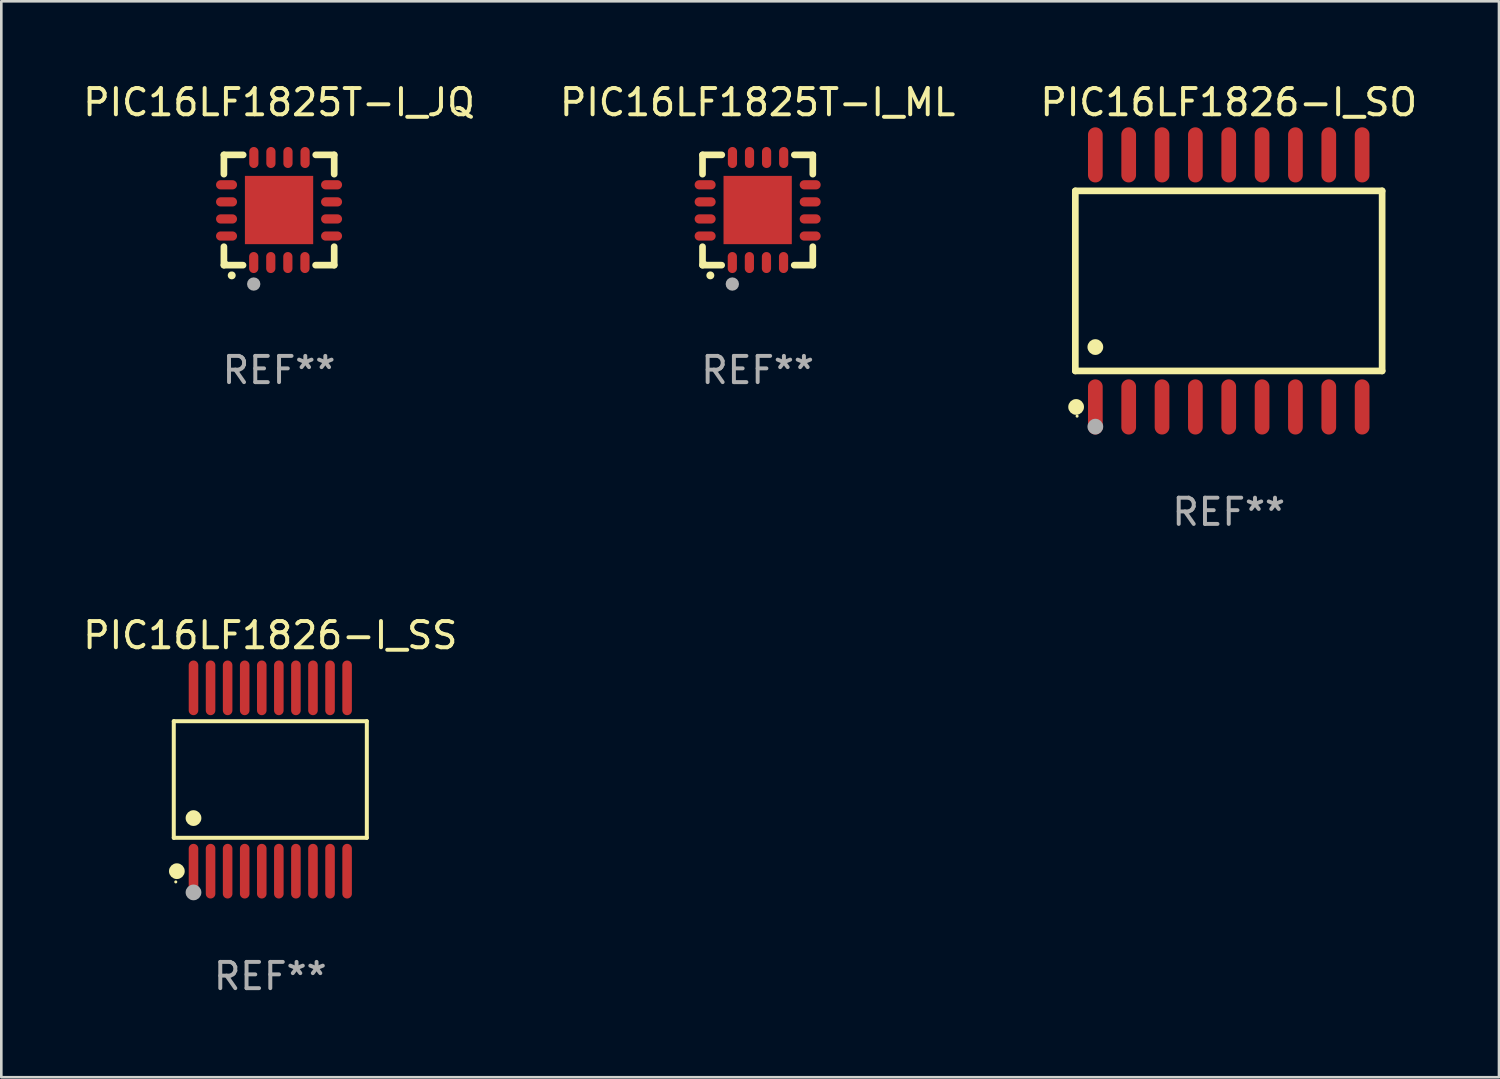
<source format=kicad_pcb>
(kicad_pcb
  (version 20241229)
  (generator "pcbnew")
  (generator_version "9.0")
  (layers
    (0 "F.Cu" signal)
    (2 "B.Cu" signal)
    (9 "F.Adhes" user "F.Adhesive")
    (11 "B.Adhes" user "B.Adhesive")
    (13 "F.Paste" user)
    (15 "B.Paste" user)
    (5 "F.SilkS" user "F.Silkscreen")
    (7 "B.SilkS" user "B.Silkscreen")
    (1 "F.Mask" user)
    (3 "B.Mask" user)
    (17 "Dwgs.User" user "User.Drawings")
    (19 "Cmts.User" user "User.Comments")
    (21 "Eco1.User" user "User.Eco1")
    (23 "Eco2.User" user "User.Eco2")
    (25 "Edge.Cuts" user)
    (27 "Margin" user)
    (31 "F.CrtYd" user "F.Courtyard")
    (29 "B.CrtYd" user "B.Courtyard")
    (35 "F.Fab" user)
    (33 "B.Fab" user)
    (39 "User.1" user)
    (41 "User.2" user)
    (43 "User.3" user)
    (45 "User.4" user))
  (footprint "PIC16LF1826-I_SS"
    (layer "F.Cu")
    (at 7.244 26.636)
    (property "Reference" "PIC16LF1826-I_SS" (at 0 -5.491 0) (layer "F.SilkS") (effects (font (size 1 1) (thickness 0.15))))
    (attr through_hole)
    (fp_line (start -3.676 -2.221) (end 3.676 -2.221) (stroke (width 0.152) (type solid)) (layer "F.SilkS"))
    (fp_line (start -3.676 2.221) (end -3.676 -2.221) (stroke (width 0.152) (type solid)) (layer "F.SilkS"))
    (fp_line (start 3.676 -2.221) (end 3.676 2.221) (stroke (width 0.152) (type solid)) (layer "F.SilkS"))
    (fp_line (start 3.676 2.221) (end -3.676 2.221) (stroke (width 0.152) (type solid)) (layer "F.SilkS"))
    (fp_circle (center -3.6 3.9) (end -3.57 3.9) (stroke (width 0.06) (type solid)) (fill no) (layer "F.SilkS"))
    (fp_circle (center -3.559 3.491) (end -3.409 3.491) (stroke (width 0.3) (type solid)) (fill no) (layer "F.SilkS"))
    (fp_circle (center -2.925 1.469) (end -2.775 1.469) (stroke (width 0.3) (type solid)) (fill no) (layer "F.SilkS"))
    (fp_circle (center -2.925 4.3) (end -2.775 4.3) (stroke (width 0.3) (type solid)) (fill no) (layer "F.Fab"))
    (fp_text user "REF**" (at 0 7.491 0) (layer "F.Fab") (effects (font (size 1 1) (thickness 0.15))))
    (pad "1" smd oval (at -2.925 3.491) (size 0.364 2.082) (layers "F.Cu" "F.Mask" "F.Paste"))
    (pad "2" smd oval (at -2.275 3.491) (size 0.364 2.082) (layers "F.Cu" "F.Mask" "F.Paste"))
    (pad "3" smd oval (at -1.625 3.491) (size 0.364 2.082) (layers "F.Cu" "F.Mask" "F.Paste"))
    (pad "4" smd oval (at -0.975 3.491) (size 0.364 2.082) (layers "F.Cu" "F.Mask" "F.Paste"))
    (pad "5" smd oval (at -0.325 3.491) (size 0.364 2.082) (layers "F.Cu" "F.Mask" "F.Paste"))
    (pad "6" smd oval (at 0.325 3.491) (size 0.364 2.082) (layers "F.Cu" "F.Mask" "F.Paste"))
    (pad "7" smd oval (at 0.975 3.491) (size 0.364 2.082) (layers "F.Cu" "F.Mask" "F.Paste"))
    (pad "8" smd oval (at 1.625 3.491) (size 0.364 2.082) (layers "F.Cu" "F.Mask" "F.Paste"))
    (pad "9" smd oval (at 2.275 3.491) (size 0.364 2.082) (layers "F.Cu" "F.Mask" "F.Paste"))
    (pad "10" smd oval (at 2.925 3.491) (size 0.364 2.082) (layers "F.Cu" "F.Mask" "F.Paste"))
    (pad "11" smd oval (at 2.925 -3.491) (size 0.364 2.082) (layers "F.Cu" "F.Mask" "F.Paste"))
    (pad "12" smd oval (at 2.275 -3.491) (size 0.364 2.082) (layers "F.Cu" "F.Mask" "F.Paste"))
    (pad "13" smd oval (at 1.625 -3.491) (size 0.364 2.082) (layers "F.Cu" "F.Mask" "F.Paste"))
    (pad "14" smd oval (at 0.975 -3.491) (size 0.364 2.082) (layers "F.Cu" "F.Mask" "F.Paste"))
    (pad "15" smd oval (at 0.325 -3.491) (size 0.364 2.082) (layers "F.Cu" "F.Mask" "F.Paste"))
    (pad "16" smd oval (at -0.325 -3.491) (size 0.364 2.082) (layers "F.Cu" "F.Mask" "F.Paste"))
    (pad "17" smd oval (at -0.975 -3.491) (size 0.364 2.082) (layers "F.Cu" "F.Mask" "F.Paste"))
    (pad "18" smd oval (at -1.625 -3.491) (size 0.364 2.082) (layers "F.Cu" "F.Mask" "F.Paste"))
    (pad "19" smd oval (at -2.275 -3.491) (size 0.364 2.082) (layers "F.Cu" "F.Mask" "F.Paste"))
    (pad "20" smd oval (at -2.925 -3.491) (size 0.364 2.082) (layers "F.Cu" "F.Mask" "F.Paste")))
  (footprint "PIC16LF1825T-I_JQ"
    (layer "F.Cu")
    (at 7.577 4.948)
    (property "Reference" "PIC16LF1825T-I_JQ" (at 0 -4.1 0) (layer "F.SilkS") (effects (font (size 1 1) (thickness 0.15))))
    (attr through_hole)
    (fp_line (start -2.1 -2.1) (end -1.366 -2.1) (stroke (width 0.254) (type solid)) (layer "F.SilkS"))
    (fp_line (start -2.1 -1.366) (end -2.1 -2.1) (stroke (width 0.254) (type solid)) (layer "F.SilkS"))
    (fp_line (start -2.1 2.1) (end -2.1 1.397) (stroke (width 0.254) (type solid)) (layer "F.SilkS"))
    (fp_line (start -2.1 2.1) (end -1.371 2.1) (stroke (width 0.254) (type solid)) (layer "F.SilkS"))
    (fp_line (start 1.392 2.1) (end 2.1 2.1) (stroke (width 0.254) (type solid)) (layer "F.SilkS"))
    (fp_line (start 1.397 -2.1) (end 2.1 -2.1) (stroke (width 0.254) (type solid)) (layer "F.SilkS"))
    (fp_line (start 2.1 -1.366) (end 2.1 -2.1) (stroke (width 0.254) (type solid)) (layer "F.SilkS"))
    (fp_line (start 2.1 2.1) (end 2.1 1.397) (stroke (width 0.254) (type solid)) (layer "F.SilkS"))
    (fp_arc (start -1.803404 2.489205) (mid -1.802134 2.4892) (end -1.800864 2.489205) (stroke (width 0.3) (type solid)) (layer "F.SilkS"))
    (fp_circle (center -2 2) (end -1.97 2) (stroke (width 0.06) (type solid)) (fill no) (layer "F.SilkS"))
    (fp_circle (center -0.965 2.819) (end -0.838 2.819) (stroke (width 0.254) (type solid)) (fill no) (layer "F.Fab"))
    (fp_text user "REF**" (at 0 6.1 0) (layer "F.Fab") (effects (font (size 1 1) (thickness 0.15))))
    (pad "1" smd oval (at -0.965 2) (size 0.35 0.8) (layers "F.Cu" "F.Mask" "F.Paste"))
    (pad "2" smd oval (at -0.315 2) (size 0.35 0.8) (layers "F.Cu" "F.Mask" "F.Paste"))
    (pad "3" smd oval (at 0.335 2) (size 0.35 0.8) (layers "F.Cu" "F.Mask" "F.Paste"))
    (pad "4" smd oval (at 0.986 2) (size 0.35 0.8) (layers "F.Cu" "F.Mask" "F.Paste"))
    (pad "5" smd oval (at 2 0.991 90) (size 0.35 0.8) (layers "F.Cu" "F.Mask" "F.Paste"))
    (pad "6" smd oval (at 2 0.34 90) (size 0.35 0.8) (layers "F.Cu" "F.Mask" "F.Paste"))
    (pad "7" smd oval (at 2 -0.31 90) (size 0.35 0.8) (layers "F.Cu" "F.Mask" "F.Paste"))
    (pad "8" smd oval (at 2 -0.96 90) (size 0.35 0.8) (layers "F.Cu" "F.Mask" "F.Paste"))
    (pad "9" smd oval (at 0.991 -2) (size 0.35 0.8) (layers "F.Cu" "F.Mask" "F.Paste"))
    (pad "10" smd oval (at 0.34 -2) (size 0.35 0.8) (layers "F.Cu" "F.Mask" "F.Paste"))
    (pad "11" smd oval (at -0.31 -2) (size 0.35 0.8) (layers "F.Cu" "F.Mask" "F.Paste"))
    (pad "12" smd oval (at -0.96 -2) (size 0.35 0.8) (layers "F.Cu" "F.Mask" "F.Paste"))
    (pad "13" smd oval (at -2 -0.96 90) (size 0.35 0.8) (layers "F.Cu" "F.Mask" "F.Paste"))
    (pad "14" smd oval (at -2 -0.31 90) (size 0.35 0.8) (layers "F.Cu" "F.Mask" "F.Paste"))
    (pad "15" smd oval (at -2 0.34 90) (size 0.35 0.8) (layers "F.Cu" "F.Mask" "F.Paste"))
    (pad "16" smd oval (at -2 0.991 90) (size 0.35 0.8) (layers "F.Cu" "F.Mask" "F.Paste"))
    (pad "17" smd rect (at 0 0 90) (size 2.6 2.6) (layers "F.Cu" "F.Mask" "F.Paste")))
  (footprint "PIC16LF1825T-I_ML"
    (layer "F.Cu")
    (at 25.804 4.948)
    (property "Reference" "PIC16LF1825T-I_ML" (at 0 -4.1 0) (layer "F.SilkS") (effects (font (size 1 1) (thickness 0.15))))
    (attr through_hole)
    (fp_line (start -2.1 -2.1) (end -1.366 -2.1) (stroke (width 0.254) (type solid)) (layer "F.SilkS"))
    (fp_line (start -2.1 -1.366) (end -2.1 -2.1) (stroke (width 0.254) (type solid)) (layer "F.SilkS"))
    (fp_line (start -2.1 2.1) (end -2.1 1.397) (stroke (width 0.254) (type solid)) (layer "F.SilkS"))
    (fp_line (start -2.1 2.1) (end -1.371 2.1) (stroke (width 0.254) (type solid)) (layer "F.SilkS"))
    (fp_line (start 1.392 2.1) (end 2.1 2.1) (stroke (width 0.254) (type solid)) (layer "F.SilkS"))
    (fp_line (start 1.397 -2.1) (end 2.1 -2.1) (stroke (width 0.254) (type solid)) (layer "F.SilkS"))
    (fp_line (start 2.1 -1.366) (end 2.1 -2.1) (stroke (width 0.254) (type solid)) (layer "F.SilkS"))
    (fp_line (start 2.1 2.1) (end 2.1 1.397) (stroke (width 0.254) (type solid)) (layer "F.SilkS"))
    (fp_arc (start -1.803404 2.489205) (mid -1.802134 2.4892) (end -1.800864 2.489205) (stroke (width 0.3) (type solid)) (layer "F.SilkS"))
    (fp_circle (center -2 2) (end -1.97 2) (stroke (width 0.06) (type solid)) (fill no) (layer "F.SilkS"))
    (fp_circle (center -0.965 2.819) (end -0.838 2.819) (stroke (width 0.254) (type solid)) (fill no) (layer "F.Fab"))
    (fp_text user "REF**" (at 0 6.1 0) (layer "F.Fab") (effects (font (size 1 1) (thickness 0.15))))
    (pad "1" smd oval (at -0.965 2) (size 0.35 0.8) (layers "F.Cu" "F.Mask" "F.Paste"))
    (pad "2" smd oval (at -0.315 2) (size 0.35 0.8) (layers "F.Cu" "F.Mask" "F.Paste"))
    (pad "3" smd oval (at 0.335 2) (size 0.35 0.8) (layers "F.Cu" "F.Mask" "F.Paste"))
    (pad "4" smd oval (at 0.986 2) (size 0.35 0.8) (layers "F.Cu" "F.Mask" "F.Paste"))
    (pad "5" smd oval (at 2 0.991 90) (size 0.35 0.8) (layers "F.Cu" "F.Mask" "F.Paste"))
    (pad "6" smd oval (at 2 0.34 90) (size 0.35 0.8) (layers "F.Cu" "F.Mask" "F.Paste"))
    (pad "7" smd oval (at 2 -0.31 90) (size 0.35 0.8) (layers "F.Cu" "F.Mask" "F.Paste"))
    (pad "8" smd oval (at 2 -0.96 90) (size 0.35 0.8) (layers "F.Cu" "F.Mask" "F.Paste"))
    (pad "9" smd oval (at 0.991 -2) (size 0.35 0.8) (layers "F.Cu" "F.Mask" "F.Paste"))
    (pad "10" smd oval (at 0.34 -2) (size 0.35 0.8) (layers "F.Cu" "F.Mask" "F.Paste"))
    (pad "11" smd oval (at -0.31 -2) (size 0.35 0.8) (layers "F.Cu" "F.Mask" "F.Paste"))
    (pad "12" smd oval (at -0.96 -2) (size 0.35 0.8) (layers "F.Cu" "F.Mask" "F.Paste"))
    (pad "13" smd oval (at -2 -0.96 90) (size 0.35 0.8) (layers "F.Cu" "F.Mask" "F.Paste"))
    (pad "14" smd oval (at -2 -0.31 90) (size 0.35 0.8) (layers "F.Cu" "F.Mask" "F.Paste"))
    (pad "15" smd oval (at -2 0.34 90) (size 0.35 0.8) (layers "F.Cu" "F.Mask" "F.Paste"))
    (pad "16" smd oval (at -2 0.991 90) (size 0.35 0.8) (layers "F.Cu" "F.Mask" "F.Paste"))
    (pad "17" smd rect (at 0 0 90) (size 2.6 2.6) (layers "F.Cu" "F.Mask" "F.Paste")))
  (footprint "PIC16LF1826-I_SO"
    (layer "F.Cu")
    (at 43.744 7.648)
    (property "Reference" "PIC16LF1826-I_SO" (at 0 -6.8 0) (layer "F.SilkS") (effects (font (size 1 1) (thickness 0.15))))
    (attr through_hole)
    (fp_line (start -5.842 -3.429) (end -5.842 3.429) (stroke (width 0.254) (type solid)) (layer "F.SilkS"))
    (fp_line (start -5.842 3.429) (end 5.842 3.429) (stroke (width 0.254) (type solid)) (layer "F.SilkS"))
    (fp_line (start 5.842 -3.429) (end -5.842 -3.429) (stroke (width 0.254) (type solid)) (layer "F.SilkS"))
    (fp_line (start 5.842 3.429) (end 5.842 -3.429) (stroke (width 0.254) (type solid)) (layer "F.SilkS"))
    (fp_circle (center -5.812 4.8) (end -5.662 4.8) (stroke (width 0.3) (type solid)) (fill no) (layer "F.SilkS"))
    (fp_circle (center -5.775 5.15) (end -5.745 5.15) (stroke (width 0.06) (type solid)) (fill no) (layer "F.SilkS"))
    (fp_circle (center -5.08 2.519) (end -4.93 2.519) (stroke (width 0.3) (type solid)) (fill no) (layer "F.SilkS"))
    (fp_circle (center -5.08 5.55) (end -4.93 5.55) (stroke (width 0.3) (type solid)) (fill no) (layer "F.Fab"))
    (fp_text user "REF**" (at 0 8.8 0) (layer "F.Fab") (effects (font (size 1 1) (thickness 0.15))))
    (pad "1" smd oval (at -5.08 4.8) (size 0.56 2.1) (layers "F.Cu" "F.Mask" "F.Paste"))
    (pad "2" smd oval (at -3.81 4.8) (size 0.56 2.1) (layers "F.Cu" "F.Mask" "F.Paste"))
    (pad "3" smd oval (at -2.54 4.8) (size 0.56 2.1) (layers "F.Cu" "F.Mask" "F.Paste"))
    (pad "4" smd oval (at -1.27 4.8) (size 0.56 2.1) (layers "F.Cu" "F.Mask" "F.Paste"))
    (pad "5" smd oval (at 0 4.8) (size 0.56 2.1) (layers "F.Cu" "F.Mask" "F.Paste"))
    (pad "6" smd oval (at 1.27 4.8) (size 0.56 2.1) (layers "F.Cu" "F.Mask" "F.Paste"))
    (pad "7" smd oval (at 2.54 4.8) (size 0.56 2.1) (layers "F.Cu" "F.Mask" "F.Paste"))
    (pad "8" smd oval (at 3.81 4.8) (size 0.56 2.1) (layers "F.Cu" "F.Mask" "F.Paste"))
    (pad "9" smd oval (at 5.08 4.8) (size 0.56 2.1) (layers "F.Cu" "F.Mask" "F.Paste"))
    (pad "10" smd oval (at 5.08 -4.8) (size 0.56 2.1) (layers "F.Cu" "F.Mask" "F.Paste"))
    (pad "11" smd oval (at 3.81 -4.8) (size 0.56 2.1) (layers "F.Cu" "F.Mask" "F.Paste"))
    (pad "12" smd oval (at 2.54 -4.8) (size 0.56 2.1) (layers "F.Cu" "F.Mask" "F.Paste"))
    (pad "13" smd oval (at 1.27 -4.8) (size 0.56 2.1) (layers "F.Cu" "F.Mask" "F.Paste"))
    (pad "14" smd oval (at 0 -4.8) (size 0.56 2.1) (layers "F.Cu" "F.Mask" "F.Paste"))
    (pad "15" smd oval (at -1.27 -4.8) (size 0.56 2.1) (layers "F.Cu" "F.Mask" "F.Paste"))
    (pad "16" smd oval (at -2.54 -4.8) (size 0.56 2.1) (layers "F.Cu" "F.Mask" "F.Paste"))
    (pad "17" smd oval (at -3.81 -4.8) (size 0.56 2.1) (layers "F.Cu" "F.Mask" "F.Paste"))
    (pad "18" smd oval (at -5.08 -4.8) (size 0.56 2.1) (layers "F.Cu" "F.Mask" "F.Paste")))
  (gr_rect
    (start -3 -3)
    (end 54.036 37.975)
    (stroke (width 0.1) (type default))
    (fill no)
    (layer "Edge.Cuts")))
</source>
